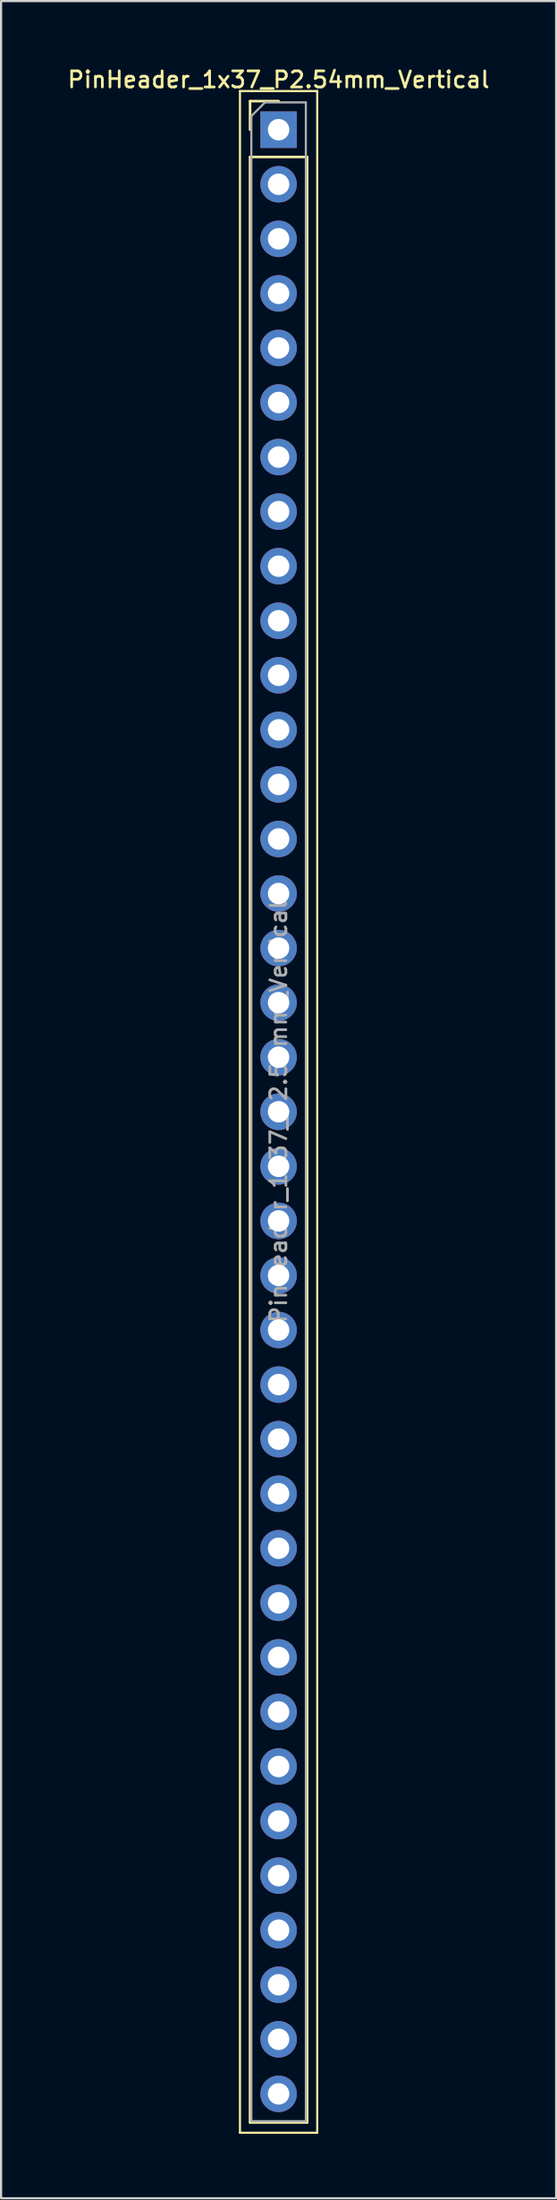
<source format=kicad_pcb>
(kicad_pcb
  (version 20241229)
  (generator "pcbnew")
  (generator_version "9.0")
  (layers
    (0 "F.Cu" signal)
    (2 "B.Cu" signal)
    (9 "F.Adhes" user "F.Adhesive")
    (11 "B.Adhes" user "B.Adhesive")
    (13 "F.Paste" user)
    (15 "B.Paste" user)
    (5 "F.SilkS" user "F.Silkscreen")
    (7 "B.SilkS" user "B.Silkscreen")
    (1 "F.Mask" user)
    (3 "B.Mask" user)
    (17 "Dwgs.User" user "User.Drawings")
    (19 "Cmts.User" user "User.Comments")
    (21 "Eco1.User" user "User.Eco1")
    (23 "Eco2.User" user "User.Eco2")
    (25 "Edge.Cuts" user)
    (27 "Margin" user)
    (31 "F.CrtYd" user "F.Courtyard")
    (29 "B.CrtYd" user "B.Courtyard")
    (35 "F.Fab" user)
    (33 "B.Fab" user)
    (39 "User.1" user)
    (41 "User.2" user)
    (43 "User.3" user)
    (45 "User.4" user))
  (footprint "PinHeader_1x37_P2.54mm_Vertical"
    (layer "F.Cu")
    (at 9.934 2.988)
    (property "Reference" "PinHeader_1x37_P2.54mm_Vertical" (at 0 -2.33 0) (layer "F.SilkS") (effects (font (size 0.75 0.75) (thickness 0.125))))
    (attr through_hole)
    (fp_line (start -1.8 -1.8) (end -1.8 93.25) (stroke (width 0.1) (type solid)) (layer "F.SilkS"))
    (fp_line (start -1.8 93.25) (end 1.8 93.25) (stroke (width 0.1) (type solid)) (layer "F.SilkS"))
    (fp_line (start -1.33 -1.33) (end 0 -1.33) (stroke (width 0.12) (type solid)) (layer "F.SilkS"))
    (fp_line (start -1.33 0) (end -1.33 -1.33) (stroke (width 0.12) (type solid)) (layer "F.SilkS"))
    (fp_line (start -1.33 1.27) (end -1.33 92.77) (stroke (width 0.12) (type solid)) (layer "F.SilkS"))
    (fp_line (start -1.33 1.27) (end 1.33 1.27) (stroke (width 0.12) (type solid)) (layer "F.SilkS"))
    (fp_line (start -1.33 92.77) (end 1.33 92.77) (stroke (width 0.12) (type solid)) (layer "F.SilkS"))
    (fp_line (start 1.33 1.27) (end 1.33 92.77) (stroke (width 0.12) (type solid)) (layer "F.SilkS"))
    (fp_line (start 1.8 -1.8) (end -1.8 -1.8) (stroke (width 0.1) (type solid)) (layer "F.SilkS"))
    (fp_line (start 1.8 93.25) (end 1.8 -1.8) (stroke (width 0.1) (type solid)) (layer "F.SilkS"))
    (fp_line (start -1.27 -0.635) (end -0.635 -1.27) (stroke (width 0.1) (type solid)) (layer "F.Fab"))
    (fp_line (start -1.27 92.71) (end -1.27 -0.635) (stroke (width 0.1) (type solid)) (layer "F.Fab"))
    (fp_line (start -0.635 -1.27) (end 1.27 -1.27) (stroke (width 0.1) (type solid)) (layer "F.Fab"))
    (fp_line (start 1.27 -1.27) (end 1.27 92.71) (stroke (width 0.1) (type solid)) (layer "F.Fab"))
    (fp_line (start 1.27 92.71) (end -1.27 92.71) (stroke (width 0.1) (type solid)) (layer "F.Fab"))
    (fp_text user "${REFERENCE}" (at 0 45.72 90) (layer "F.Fab") (effects (font (size 0.75 0.75) (thickness 0.125))))
    (pad "1" thru_hole rect (at 0 0) (size 1.7 1.7) (drill 1) (layers "*.Cu" "*.Mask"))
    (pad "2" thru_hole oval (at 0 2.54) (size 1.7 1.7) (drill 1) (layers "*.Cu" "*.Mask"))
    (pad "3" thru_hole oval (at 0 5.08) (size 1.7 1.7) (drill 1) (layers "*.Cu" "*.Mask"))
    (pad "4" thru_hole oval (at 0 7.62) (size 1.7 1.7) (drill 1) (layers "*.Cu" "*.Mask"))
    (pad "5" thru_hole oval (at 0 10.16) (size 1.7 1.7) (drill 1) (layers "*.Cu" "*.Mask"))
    (pad "6" thru_hole oval (at 0 12.7) (size 1.7 1.7) (drill 1) (layers "*.Cu" "*.Mask"))
    (pad "7" thru_hole oval (at 0 15.24) (size 1.7 1.7) (drill 1) (layers "*.Cu" "*.Mask"))
    (pad "8" thru_hole oval (at 0 17.78) (size 1.7 1.7) (drill 1) (layers "*.Cu" "*.Mask"))
    (pad "9" thru_hole oval (at 0 20.32) (size 1.7 1.7) (drill 1) (layers "*.Cu" "*.Mask"))
    (pad "10" thru_hole oval (at 0 22.86) (size 1.7 1.7) (drill 1) (layers "*.Cu" "*.Mask"))
    (pad "11" thru_hole oval (at 0 25.4) (size 1.7 1.7) (drill 1) (layers "*.Cu" "*.Mask"))
    (pad "12" thru_hole oval (at 0 27.94) (size 1.7 1.7) (drill 1) (layers "*.Cu" "*.Mask"))
    (pad "13" thru_hole oval (at 0 30.48) (size 1.7 1.7) (drill 1) (layers "*.Cu" "*.Mask"))
    (pad "14" thru_hole oval (at 0 33.02) (size 1.7 1.7) (drill 1) (layers "*.Cu" "*.Mask"))
    (pad "15" thru_hole oval (at 0 35.56) (size 1.7 1.7) (drill 1) (layers "*.Cu" "*.Mask"))
    (pad "16" thru_hole oval (at 0 38.1) (size 1.7 1.7) (drill 1) (layers "*.Cu" "*.Mask"))
    (pad "17" thru_hole oval (at 0 40.64) (size 1.7 1.7) (drill 1) (layers "*.Cu" "*.Mask"))
    (pad "18" thru_hole oval (at 0 43.18) (size 1.7 1.7) (drill 1) (layers "*.Cu" "*.Mask"))
    (pad "19" thru_hole oval (at 0 45.72) (size 1.7 1.7) (drill 1) (layers "*.Cu" "*.Mask"))
    (pad "20" thru_hole oval (at 0 48.26) (size 1.7 1.7) (drill 1) (layers "*.Cu" "*.Mask"))
    (pad "21" thru_hole oval (at 0 50.8) (size 1.7 1.7) (drill 1) (layers "*.Cu" "*.Mask"))
    (pad "22" thru_hole oval (at 0 53.34) (size 1.7 1.7) (drill 1) (layers "*.Cu" "*.Mask"))
    (pad "23" thru_hole oval (at 0 55.88) (size 1.7 1.7) (drill 1) (layers "*.Cu" "*.Mask"))
    (pad "24" thru_hole oval (at 0 58.42) (size 1.7 1.7) (drill 1) (layers "*.Cu" "*.Mask"))
    (pad "25" thru_hole oval (at 0 60.96) (size 1.7 1.7) (drill 1) (layers "*.Cu" "*.Mask"))
    (pad "26" thru_hole oval (at 0 63.5) (size 1.7 1.7) (drill 1) (layers "*.Cu" "*.Mask"))
    (pad "27" thru_hole oval (at 0 66.04) (size 1.7 1.7) (drill 1) (layers "*.Cu" "*.Mask"))
    (pad "28" thru_hole oval (at 0 68.58) (size 1.7 1.7) (drill 1) (layers "*.Cu" "*.Mask"))
    (pad "29" thru_hole oval (at 0 71.12) (size 1.7 1.7) (drill 1) (layers "*.Cu" "*.Mask"))
    (pad "30" thru_hole oval (at 0 73.66) (size 1.7 1.7) (drill 1) (layers "*.Cu" "*.Mask"))
    (pad "31" thru_hole oval (at 0 76.2) (size 1.7 1.7) (drill 1) (layers "*.Cu" "*.Mask"))
    (pad "32" thru_hole oval (at 0 78.74) (size 1.7 1.7) (drill 1) (layers "*.Cu" "*.Mask"))
    (pad "33" thru_hole oval (at 0 81.28) (size 1.7 1.7) (drill 1) (layers "*.Cu" "*.Mask"))
    (pad "34" thru_hole oval (at 0 83.82) (size 1.7 1.7) (drill 1) (layers "*.Cu" "*.Mask"))
    (pad "35" thru_hole oval (at 0 86.36) (size 1.7 1.7) (drill 1) (layers "*.Cu" "*.Mask"))
    (pad "36" thru_hole oval (at 0 88.9) (size 1.7 1.7) (drill 1) (layers "*.Cu" "*.Mask"))
    (pad "37" thru_hole oval (at 0 91.44) (size 1.7 1.7) (drill 1) (layers "*.Cu" "*.Mask")))
  (gr_rect
    (start -3 -3)
    (end 22.868 99.288)
    (stroke (width 0.1) (type default))
    (fill no)
    (layer "Edge.Cuts")))
</source>
